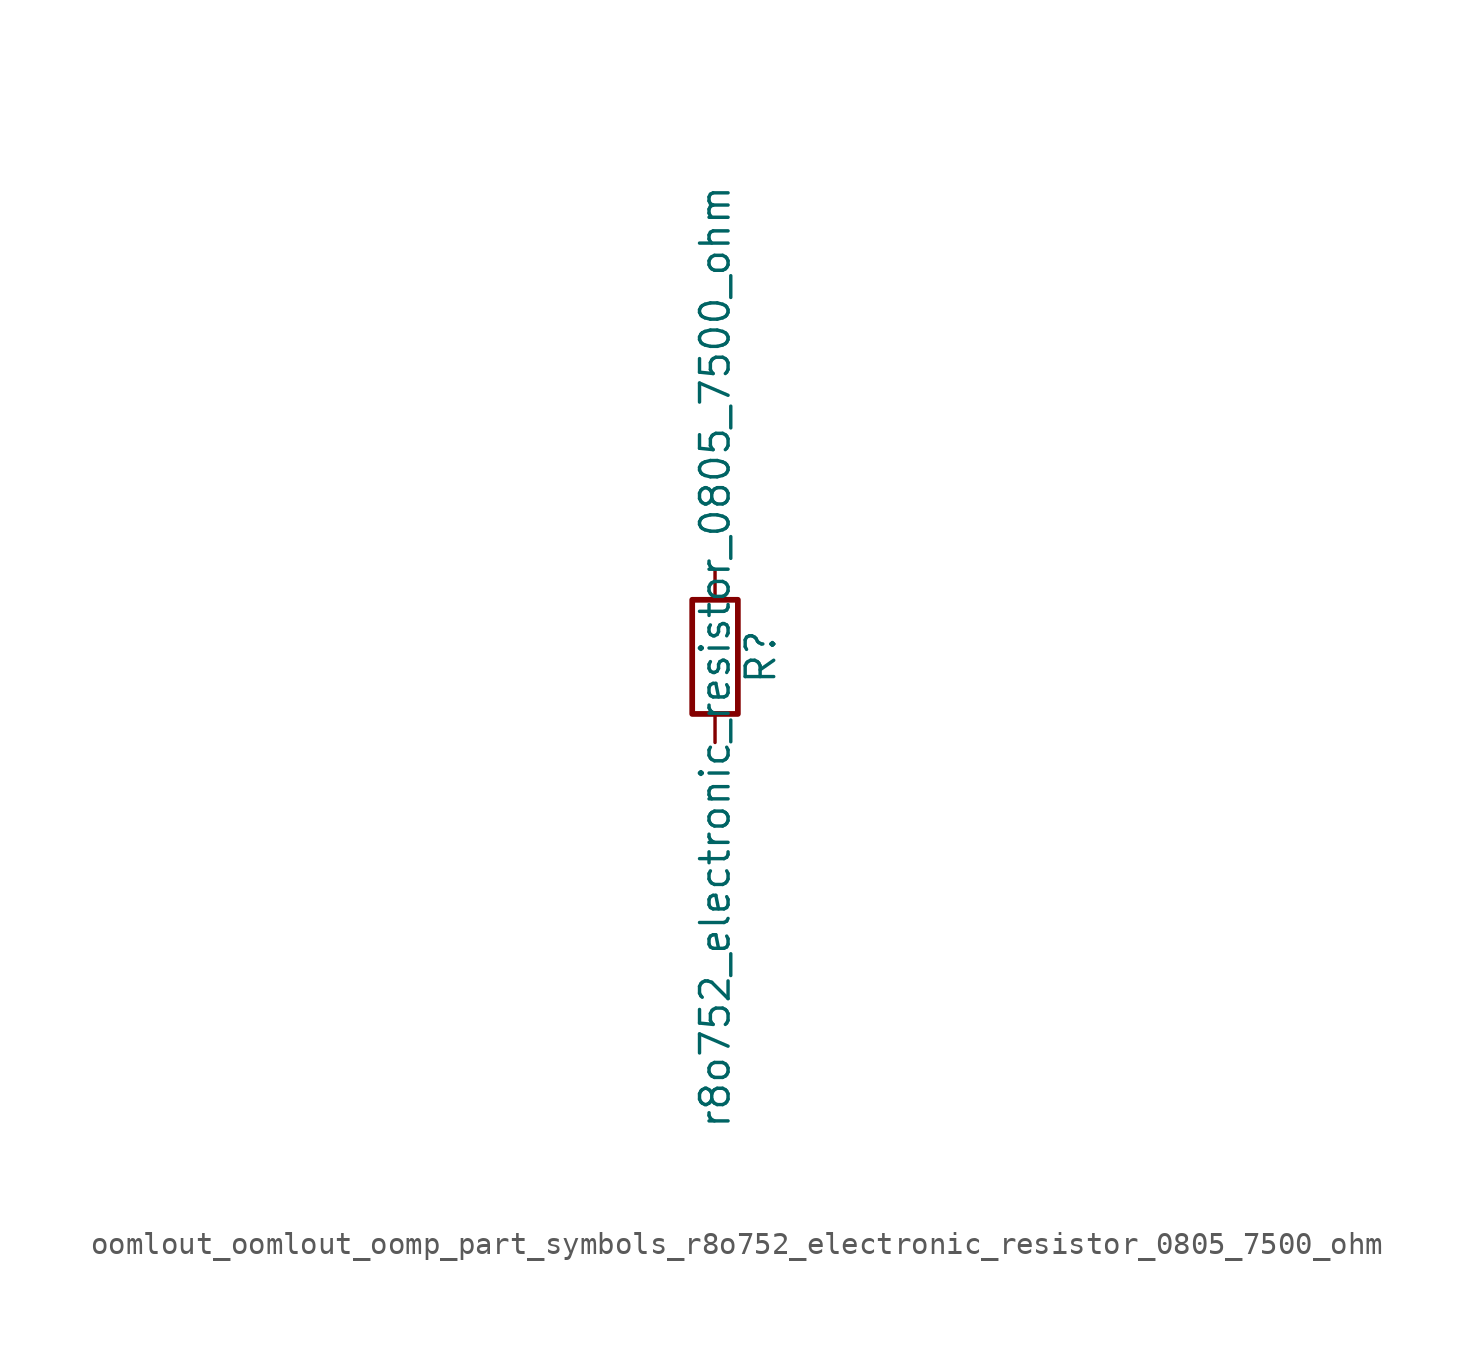
<source format=kicad_sym>
(kicad_symbol_lib
  (version 20220914)
  (generator kicad_symbol_editor)
  (symbol "oomlout_oomlout_oomp_part_symbols_r8o752_electronic_resistor_0805_7500_ohm"
    (pin_numbers hide)
    (pin_names
      (offset 0))
    (property "Reference" "R"
      (at 2.032 0 90)
      (effects (font (size 1.27 1.27))))
    (property "Value" "r8o752_electronic_resistor_0805_7500_ohm"
      (at 0 0 90)
      (effects (font (size 1.27 1.27))))
    (symbol "oomlout_oomlout_oomp_part_symbols_r8o752_electronic_resistor_0805_7500_ohm_0_1"
      (rectangle (start -1.016 -2.54) (end 1.016 2.54) (stroke (width 0.254) (type default)) (fill (type none))))
    (symbol "oomlout_oomlout_oomp_part_symbols_r8o752_electronic_resistor_0805_7500_ohm_1_1"
      (pin passive line (at 0 3.81 270) (length 1.27) (name "~" (effects (font (size 1.27 1.27)))) (number "1" (effects (font (size 1.27 1.27)))))
      (pin passive line (at 0 -3.81 90) (length 1.27) (name "~" (effects (font (size 1.27 1.27)))) (number "2" (effects (font (size 1.27 1.27))))))))
</source>
